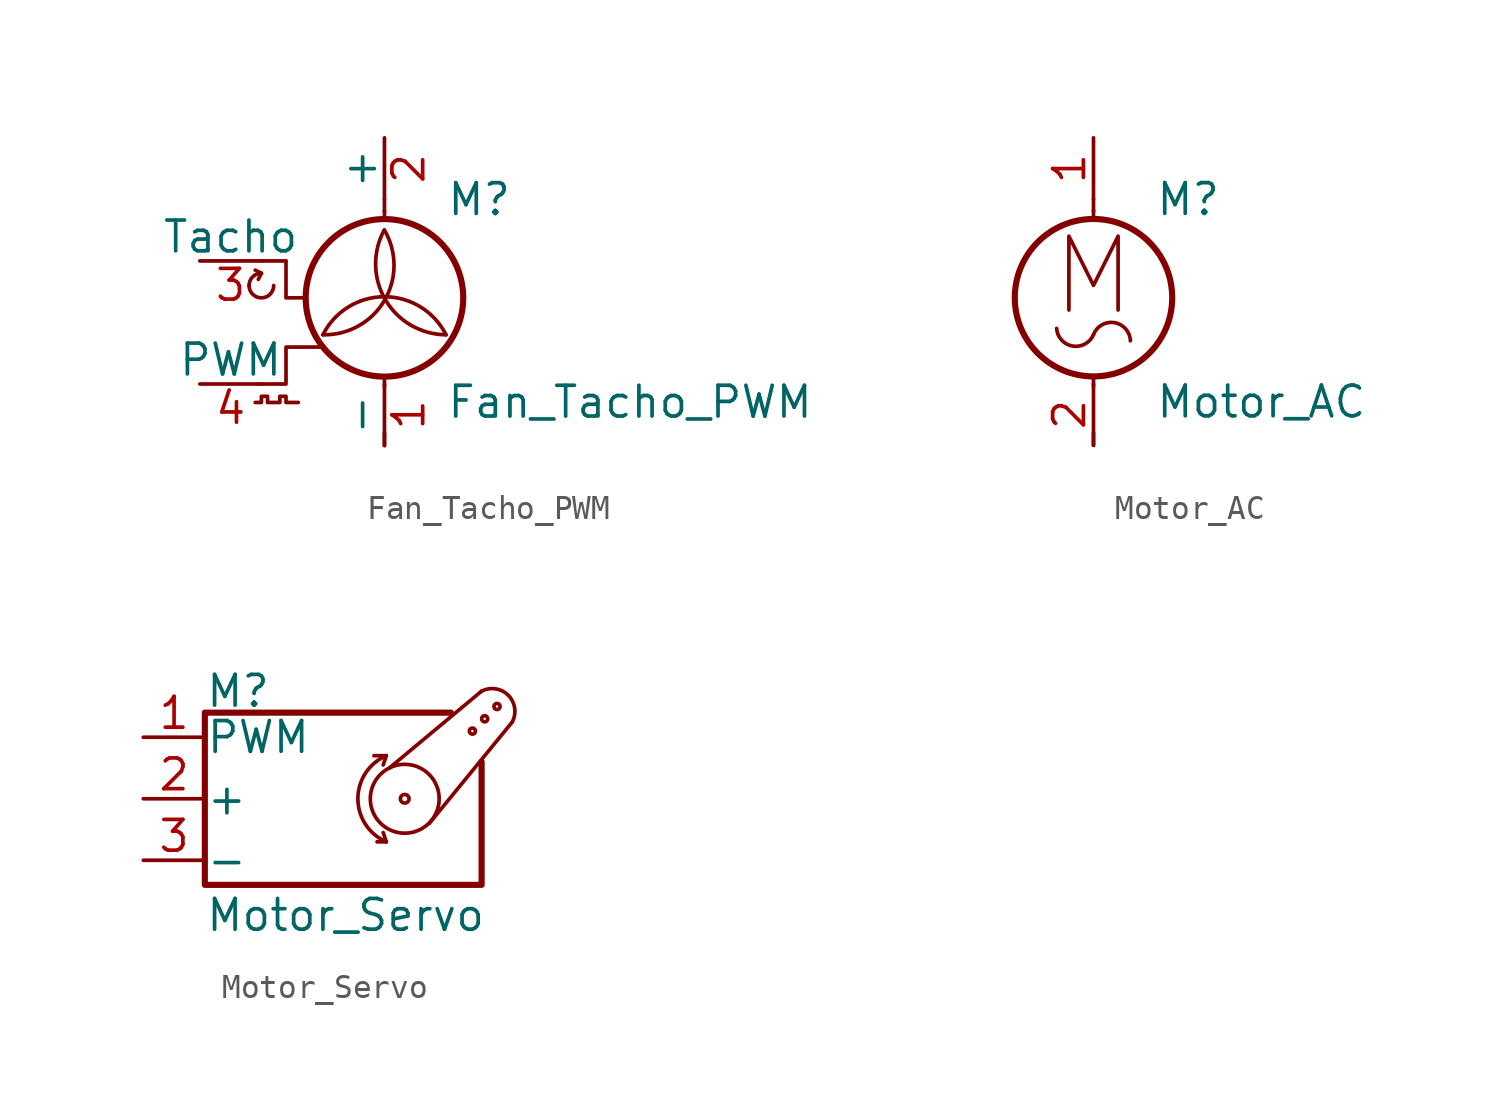
<source format=kicad_sym>
(kicad_symbol_lib
  (version 20231120)
  (generator "kicad_symbol_editor")
  (generator_version "8.0")
  (symbol "Fan_Tacho_PWM"
    (pin_names
      (offset 0))
    (property "Reference" "M"
      (at 2.54 5.08 0)
      (effects (font (size 1.27 1.27)) (justify left)))
    (property "Value" "Fan_Tacho_PWM"
      (at 2.54 -2.54 0)
      (effects (font (size 1.27 1.27)) (justify left top)))
    (symbol "Fan_Tacho_PWM_0_0"
      (arc (start -5.588 1.524) (mid -5.08 1.0182) (end -4.572 1.524) (stroke (width 0) (type default)) (fill (type none)))
      (arc (start -5.08 2.032) (mid -5.4392 1.8832) (end -5.588 1.524) (stroke (width 0) (type default)) (fill (type none)))
      (polyline (pts (xy -5.08 2.032) (xy -5.334 2.159)) (stroke (width 0) (type default)) (fill (type none)))
      (polyline (pts (xy -5.08 2.032) (xy -5.207 1.778)) (stroke (width 0) (type default)) (fill (type none)))
      (polyline (pts (xy -4.064 2.54) (xy -4.064 1.016) (xy -3.302 1.016)) (stroke (width 0) (type default)) (fill (type none))))
    (symbol "Fan_Tacho_PWM_0_1"
      (arc (start -2.54 -0.508) (mid 0.0028 0.9121) (end 0 3.81) (stroke (width 0) (type default)) (fill (type none)))
      (polyline (pts (xy -4.064 2.54) (xy -5.08 2.54)) (stroke (width 0) (type default)) (fill (type none)))
      (polyline (pts (xy 0 -5.08) (xy 0 -4.572)) (stroke (width 0) (type default)) (fill (type none)))
      (polyline (pts (xy 0 -2.235) (xy 0 -2.642)) (stroke (width 0) (type default)) (fill (type none)))
      (polyline (pts (xy 0 4.267) (xy 0 4.623)) (stroke (width 0) (type default)) (fill (type none)))
      (polyline (pts (xy 0 4.572) (xy 0 5.08)) (stroke (width 0) (type default)) (fill (type none)))
      (polyline (pts (xy -2.54 -1.016) (xy -4.064 -1.016) (xy -4.064 -2.54) (xy -5.08 -2.54)) (stroke (width 0) (type default)) (fill (type none)))
      (polyline (pts (xy -5.334 -3.302) (xy -5.08 -3.302) (xy -5.08 -3.048) (xy -4.826 -3.048) (xy -4.826 -3.302) (xy -4.318 -3.302) (xy -4.318 -3.048) (xy -4.064 -3.048) (xy -4.064 -3.302) (xy -3.556 -3.302)) (stroke (width 0) (type default)) (fill (type none)))
      (circle (center 0 1.016) (radius 3.251) (stroke (width 0.254) (type default)) (fill (type none)))
      (arc (start 0 3.81) (mid 0.053 0.921) (end 2.54 -0.508) (stroke (width 0) (type default)) (fill (type none)))
      (arc (start 2.54 -0.508) (mid 0 1.0618) (end -2.54 -0.508) (stroke (width 0) (type default)) (fill (type none))))
    (symbol "Fan_Tacho_PWM_1_1"
      (pin passive line (at 0 -5.08 90) (length 2.54) (name "-" (effects (font (size 1.27 1.27)))) (number "1" (effects (font (size 1.27 1.27)))))
      (pin passive line (at 0 7.62 270) (length 2.54) (name "+" (effects (font (size 1.27 1.27)))) (number "2" (effects (font (size 1.27 1.27)))))
      (pin passive line (at -7.62 2.54 0) (length 2.54) (name "Tacho" (effects (font (size 1.27 1.27)))) (number "3" (effects (font (size 1.27 1.27)))))
      (pin input line (at -7.62 -2.54 0) (length 2.54) (name "PWM" (effects (font (size 1.27 1.27)))) (number "4" (effects (font (size 1.27 1.27)))))))
  (symbol "Motor_AC"
    (pin_names
      (offset 0))
    (property "Reference" "M"
      (at 2.54 2.54 0)
      (effects (font (size 1.27 1.27)) (justify left)))
    (property "Value" "Motor_AC"
      (at 2.54 -5.08 0)
      (effects (font (size 1.27 1.27)) (justify left top)))
    (symbol "Motor_AC_0_0"
      (arc (start -1.524 -2.794) (mid -0.8654 -3.5217) (end 0 -3.048) (stroke (width 0) (type default)) (fill (type none)))
      (polyline (pts (xy -1.016 -2.032) (xy -1.016 1.016) (xy 0 -1.016) (xy 1.016 1.016) (xy 1.016 -2.032)) (stroke (width 0) (type default)) (fill (type none)))
      (arc (start 1.524 -3.302) (mid 0.85 -2.5503) (end 0 -3.048) (stroke (width 0) (type default)) (fill (type none))))
    (symbol "Motor_AC_0_1"
      (circle (center 0 -1.524) (radius 3.251) (stroke (width 0.254) (type default)) (fill (type none)))
      (polyline (pts (xy 0 -7.62) (xy 0 -7.112)) (stroke (width 0) (type default)) (fill (type none)))
      (polyline (pts (xy 0 -4.775) (xy 0 -5.182)) (stroke (width 0) (type default)) (fill (type none)))
      (polyline (pts (xy 0 1.727) (xy 0 2.083)) (stroke (width 0) (type default)) (fill (type none)))
      (polyline (pts (xy 0 2.032) (xy 0 2.54)) (stroke (width 0) (type default)) (fill (type none))))
    (symbol "Motor_AC_1_1"
      (pin passive line (at 0 5.08 270) (length 2.54) (name "~" (effects (font (size 1.27 1.27)))) (number "1" (effects (font (size 1.27 1.27)))))
      (pin passive line (at 0 -7.62 90) (length 2.54) (name "~" (effects (font (size 1.27 1.27)))) (number "2" (effects (font (size 1.27 1.27)))))))
  (symbol "Motor_Servo"
    (pin_names
      (offset 0.025))
    (property "Reference" "M"
      (at -5.08 4.445 0)
      (effects (font (size 1.27 1.27)) (justify left)))
    (property "Value" "Motor_Servo"
      (at -5.08 -4.064 0)
      (effects (font (size 1.27 1.27)) (justify left top)))
    (symbol "Motor_Servo_0_1"
      (polyline (pts (xy 2.413 -1.778) (xy 2.032 -1.778)) (stroke (width 0) (type default)) (fill (type none)))
      (polyline (pts (xy 2.413 -1.778) (xy 2.286 -1.397)) (stroke (width 0) (type default)) (fill (type none)))
      (polyline (pts (xy 2.413 1.778) (xy 1.905 1.778)) (stroke (width 0) (type default)) (fill (type none)))
      (polyline (pts (xy 2.413 1.778) (xy 2.286 1.397)) (stroke (width 0) (type default)) (fill (type none)))
      (polyline (pts (xy 6.35 4.445) (xy 2.54 1.27)) (stroke (width 0) (type default)) (fill (type none)))
      (polyline (pts (xy 7.62 3.175) (xy 4.191 -1.016)) (stroke (width 0) (type default)) (fill (type none)))
      (polyline (pts (xy 5.08 3.556) (xy -5.08 3.556) (xy -5.08 -3.556) (xy 6.35 -3.556) (xy 6.35 1.524)) (stroke (width 0.254) (type default)) (fill (type none)))
      (arc (start 2.413 1.778) (mid 1.2406 0) (end 2.413 -1.778) (stroke (width 0) (type default)) (fill (type none)))
      (circle (center 3.175 0) (radius 0.178) (stroke (width 0) (type default)) (fill (type none)))
      (circle (center 3.175 0) (radius 1.422) (stroke (width 0) (type default)) (fill (type none)))
      (circle (center 5.969 2.794) (radius 0.127) (stroke (width 0) (type default)) (fill (type none)))
      (circle (center 6.477 3.302) (radius 0.127) (stroke (width 0) (type default)) (fill (type none)))
      (circle (center 6.985 3.81) (radius 0.127) (stroke (width 0) (type default)) (fill (type none)))
      (arc (start 7.62 3.175) (mid 7.4485 4.2735) (end 6.35 4.445) (stroke (width 0) (type default)) (fill (type none))))
    (symbol "Motor_Servo_1_1"
      (pin passive line (at -7.62 2.54 0) (length 2.54) (name "PWM" (effects (font (size 1.27 1.27)))) (number "1" (effects (font (size 1.27 1.27)))))
      (pin passive line (at -7.62 0 0) (length 2.54) (name "+" (effects (font (size 1.27 1.27)))) (number "2" (effects (font (size 1.27 1.27)))))
      (pin passive line (at -7.62 -2.54 0) (length 2.54) (name "-" (effects (font (size 1.27 1.27)))) (number "3" (effects (font (size 1.27 1.27))))))))
</source>
